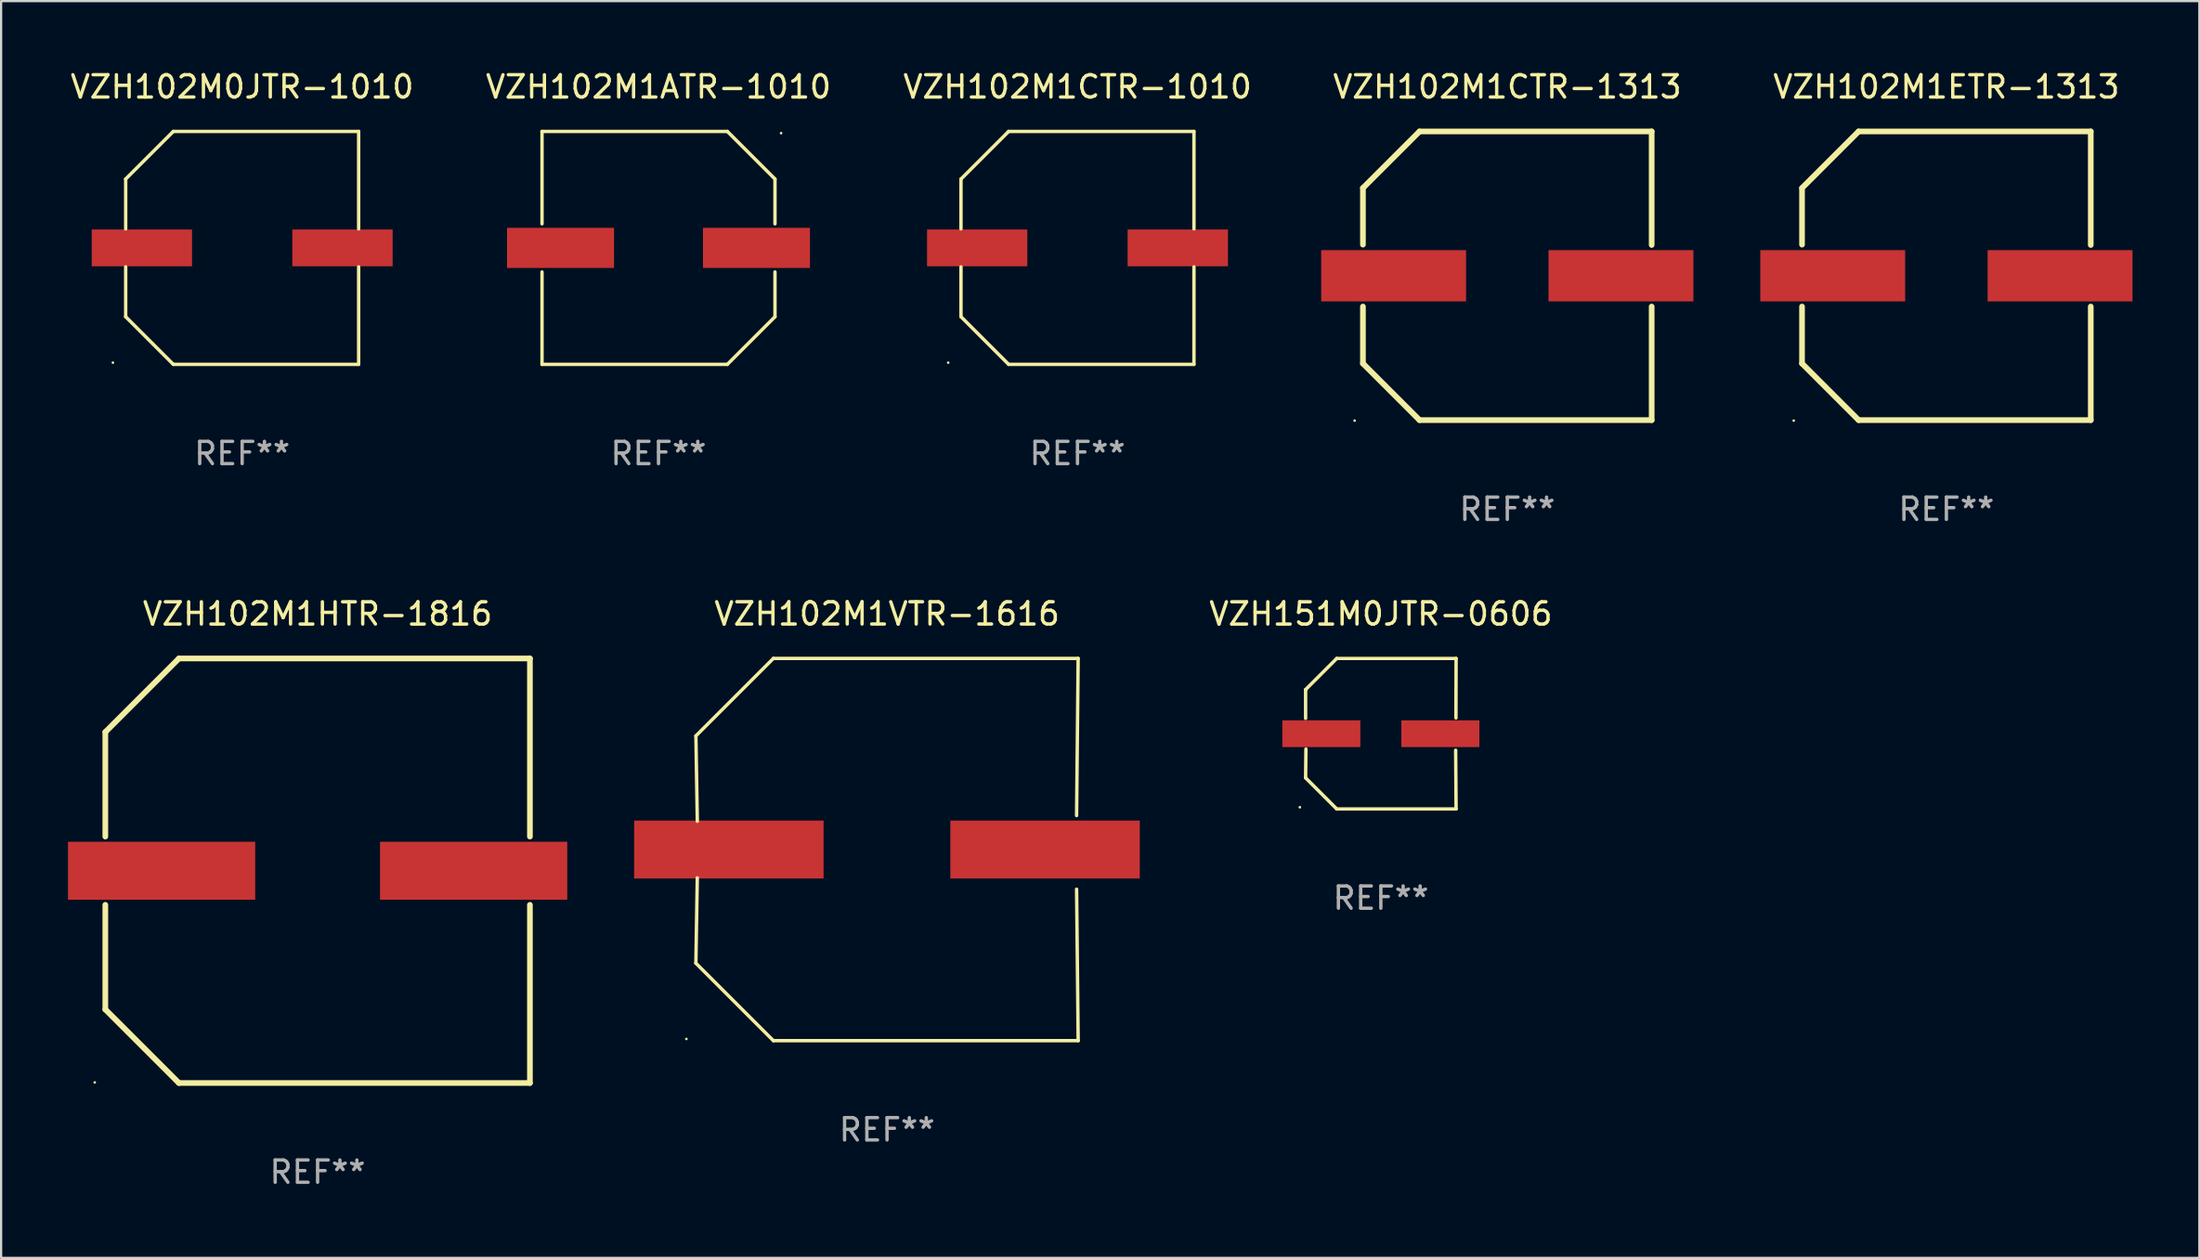
<source format=kicad_pcb>
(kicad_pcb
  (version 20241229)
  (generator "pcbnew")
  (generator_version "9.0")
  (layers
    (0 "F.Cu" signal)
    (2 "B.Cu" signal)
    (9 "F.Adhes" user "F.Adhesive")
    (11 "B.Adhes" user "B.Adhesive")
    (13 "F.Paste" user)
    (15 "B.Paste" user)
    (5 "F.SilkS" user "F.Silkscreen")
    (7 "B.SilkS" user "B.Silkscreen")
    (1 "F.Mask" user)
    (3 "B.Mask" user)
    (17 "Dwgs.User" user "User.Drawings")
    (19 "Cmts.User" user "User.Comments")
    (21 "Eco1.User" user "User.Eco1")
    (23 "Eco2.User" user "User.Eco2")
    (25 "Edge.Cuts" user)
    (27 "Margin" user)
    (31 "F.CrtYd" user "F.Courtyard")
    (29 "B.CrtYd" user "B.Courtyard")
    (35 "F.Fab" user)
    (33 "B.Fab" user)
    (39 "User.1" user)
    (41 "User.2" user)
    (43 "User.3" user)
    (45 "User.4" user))
  (footprint "VZH102M1VTR-1616"
    (layer "F.Cu")
    (at 36.747 35.074)
    (property "Reference" "VZH102M1VTR-1616" (at 0 -10.576 0) (layer "F.SilkS") (effects (font (size 1 1) (thickness 0.15))))
    (attr through_hole)
    (fp_line (start -8.576 5.099) (end -8.513 1.269) (stroke (width 0.152) (type solid)) (layer "F.SilkS"))
    (fp_line (start -8.575 -5.101) (end -8.512 -1.271) (stroke (width 0.152) (type solid)) (layer "F.SilkS"))
    (fp_line (start -5.1 -8.576) (end -8.575 -5.101) (stroke (width 0.152) (type solid)) (layer "F.SilkS"))
    (fp_line (start -5.1 8.576) (end -8.576 5.099) (stroke (width 0.152) (type solid)) (layer "F.SilkS"))
    (fp_line (start 8.505 -1.525) (end 8.575 -8.576) (stroke (width 0.152) (type solid)) (layer "F.SilkS"))
    (fp_line (start 8.505 1.777) (end 8.576 8.576) (stroke (width 0.152) (type solid)) (layer "F.SilkS"))
    (fp_line (start 8.575 -8.576) (end -5.1 -8.576) (stroke (width 0.152) (type solid)) (layer "F.SilkS"))
    (fp_line (start 8.576 8.576) (end -5.1 8.576) (stroke (width 0.152) (type solid)) (layer "F.SilkS"))
    (fp_circle (center -9.002 8.499) (end -8.972 8.499) (stroke (width 0.06) (type solid)) (fill no) (layer "F.SilkS"))
    (fp_text user "REF**" (at 0 12.576 0) (layer "F.Fab") (effects (font (size 1 1) (thickness 0.15))))
    (pad "1" smd rect (at -7.097 -0.001) (size 8.5 2.6) (layers "F.Cu" "F.Mask" "F.Paste"))
    (pad "2" smd rect (at 7.09 -0.001) (size 8.5 2.6) (layers "F.Cu" "F.Mask" "F.Paste")))
  (footprint "VZH102M1CTR-1010"
    (layer "F.Cu")
    (at 45.292 8.074)
    (property "Reference" "VZH102M1CTR-1010" (at 0 -7.226 0) (layer "F.SilkS") (effects (font (size 1 1) (thickness 0.15))))
    (attr through_hole)
    (fp_line (start -5.226 -3.09) (end -5.226 -0.852) (stroke (width 0.152) (type solid)) (layer "F.SilkS"))
    (fp_line (start -5.226 3.09) (end -5.226 0.852) (stroke (width 0.152) (type solid)) (layer "F.SilkS"))
    (fp_line (start -3.09 -5.226) (end -5.226 -3.09) (stroke (width 0.152) (type solid)) (layer "F.SilkS"))
    (fp_line (start -3.09 5.226) (end -5.226 3.09) (stroke (width 0.152) (type solid)) (layer "F.SilkS"))
    (fp_line (start 5.226 -5.226) (end -3.09 -5.226) (stroke (width 0.152) (type solid)) (layer "F.SilkS"))
    (fp_line (start 5.226 -0.852) (end 5.226 -5.226) (stroke (width 0.152) (type solid)) (layer "F.SilkS"))
    (fp_line (start 5.226 0.852) (end 5.226 5.226) (stroke (width 0.152) (type solid)) (layer "F.SilkS"))
    (fp_line (start 5.226 5.226) (end -3.09 5.226) (stroke (width 0.152) (type solid)) (layer "F.SilkS"))
    (fp_circle (center -5.8 5.15) (end -5.77 5.15) (stroke (width 0.06) (type solid)) (fill no) (layer "F.SilkS"))
    (fp_text user "REF**" (at 0 9.226 0) (layer "F.Fab") (effects (font (size 1 1) (thickness 0.15))))
    (pad "1" smd rect (at -4.5 0) (size 4.5 1.65) (layers "F.Cu" "F.Mask" "F.Paste"))
    (pad "2" smd rect (at 4.5 0) (size 4.5 1.65) (layers "F.Cu" "F.Mask" "F.Paste")))
  (footprint "VZH102M1ETR-1313"
    (layer "F.Cu")
    (at 84.276 9.325)
    (property "Reference" "VZH102M1ETR-1313" (at 0 -8.477 0) (layer "F.SilkS") (effects (font (size 1 1) (thickness 0.15))))
    (attr through_hole)
    (fp_line (start -6.477 -3.937) (end -6.477 -1.397) (stroke (width 0.254) (type solid)) (layer "F.SilkS"))
    (fp_line (start -6.477 1.381) (end -6.477 3.937) (stroke (width 0.254) (type solid)) (layer "F.SilkS"))
    (fp_line (start -6.477 3.937) (end -3.937 6.477) (stroke (width 0.254) (type solid)) (layer "F.SilkS"))
    (fp_line (start -3.937 -6.477) (end -6.477 -3.937) (stroke (width 0.254) (type solid)) (layer "F.SilkS"))
    (fp_line (start -3.937 6.477) (end 6.477 6.477) (stroke (width 0.254) (type solid)) (layer "F.SilkS"))
    (fp_line (start 6.477 -6.477) (end -3.937 -6.477) (stroke (width 0.254) (type solid)) (layer "F.SilkS"))
    (fp_line (start 6.477 -1.381) (end 6.477 -6.477) (stroke (width 0.254) (type solid)) (layer "F.SilkS"))
    (fp_line (start 6.477 6.477) (end 6.477 1.381) (stroke (width 0.254) (type solid)) (layer "F.SilkS"))
    (fp_circle (center -6.85 6.5) (end -6.82 6.5) (stroke (width 0.06) (type solid)) (fill no) (layer "F.SilkS"))
    (fp_text user "REF**" (at 0 10.477 0) (layer "F.Fab") (effects (font (size 1 1) (thickness 0.15))))
    (pad "1" smd rect (at -5.1 0) (size 6.5 2.3) (layers "F.Cu" "F.Mask" "F.Paste"))
    (pad "2" smd rect (at 5.1 0) (size 6.5 2.3) (layers "F.Cu" "F.Mask" "F.Paste")))
  (footprint "VZH102M1HTR-1816"
    (layer "F.Cu")
    (at 11.2 36.024)
    (property "Reference" "VZH102M1HTR-1816" (at 0 -11.525 0) (layer "F.SilkS") (effects (font (size 1 1) (thickness 0.15))))
    (attr through_hole)
    (fp_line (start -9.525 -6.223) (end -9.525 -1.531) (stroke (width 0.254) (type solid)) (layer "F.SilkS"))
    (fp_line (start -9.525 1.531) (end -9.525 6.223) (stroke (width 0.254) (type solid)) (layer "F.SilkS"))
    (fp_line (start -9.525 6.223) (end -6.223 9.525) (stroke (width 0.254) (type solid)) (layer "F.SilkS"))
    (fp_line (start -6.223 -9.525) (end -9.525 -6.223) (stroke (width 0.254) (type solid)) (layer "F.SilkS"))
    (fp_line (start -6.223 9.525) (end 9.525 9.525) (stroke (width 0.254) (type solid)) (layer "F.SilkS"))
    (fp_line (start 9.525 -9.525) (end -6.223 -9.525) (stroke (width 0.254) (type solid)) (layer "F.SilkS"))
    (fp_line (start 9.525 -1.531) (end 9.525 -9.525) (stroke (width 0.254) (type solid)) (layer "F.SilkS"))
    (fp_line (start 9.525 9.525) (end 9.525 1.531) (stroke (width 0.254) (type solid)) (layer "F.SilkS"))
    (fp_circle (center -10 9.5) (end -9.97 9.5) (stroke (width 0.06) (type solid)) (fill no) (layer "F.SilkS"))
    (fp_text user "REF**" (at 0 13.525 0) (layer "F.Fab") (effects (font (size 1 1) (thickness 0.15))))
    (pad "1" smd rect (at -7 0) (size 8.4 2.6) (layers "F.Cu" "F.Mask" "F.Paste"))
    (pad "2" smd rect (at 7 0) (size 8.4 2.6) (layers "F.Cu" "F.Mask" "F.Paste")))
  (footprint "VZH151M0JTR-0606"
    (layer "F.Cu")
    (at 58.903 29.875)
    (property "Reference" "VZH151M0JTR-0606" (at 0 -5.376 0) (layer "F.SilkS") (effects (font (size 1 1) (thickness 0.15))))
    (attr through_hole)
    (fp_line (start -3.376 -1.98) (end -3.376 -0.686) (stroke (width 0.152) (type solid)) (layer "F.SilkS"))
    (fp_line (start -3.376 1.981) (end -3.362 0.686) (stroke (width 0.152) (type solid)) (layer "F.SilkS"))
    (fp_line (start -1.981 3.376) (end -3.376 1.981) (stroke (width 0.152) (type solid)) (layer "F.SilkS"))
    (fp_line (start -1.98 -3.376) (end -3.376 -1.98) (stroke (width 0.152) (type solid)) (layer "F.SilkS"))
    (fp_line (start 3.356 0.74) (end 3.376 3.376) (stroke (width 0.152) (type solid)) (layer "F.SilkS"))
    (fp_line (start 3.369 -0.707) (end 3.376 -3.376) (stroke (width 0.152) (type solid)) (layer "F.SilkS"))
    (fp_line (start 3.376 3.376) (end -1.981 3.376) (stroke (width 0.152) (type solid)) (layer "F.SilkS"))
    (fp_line (start 3.376 -3.376) (end -1.98 -3.376) (stroke (width 0.152) (type solid)) (layer "F.SilkS"))
    (fp_circle (center -3.634 3.3) (end -3.604 3.3) (stroke (width 0.06) (type solid)) (fill no) (layer "F.SilkS"))
    (fp_text user "REF**" (at 0 7.376 0) (layer "F.Fab") (effects (font (size 1 1) (thickness 0.15))))
    (pad "1" smd rect (at -2.67 0.000254) (size 3.5 1.2) (layers "F.Cu" "F.Mask" "F.Paste"))
    (pad "2" smd rect (at 2.67 0.000254) (size 3.5 1.2) (layers "F.Cu" "F.Mask" "F.Paste")))
  (footprint "VZH102M1CTR-1313"
    (layer "F.Cu")
    (at 64.576 9.325)
    (property "Reference" "VZH102M1CTR-1313" (at 0 -8.477 0) (layer "F.SilkS") (effects (font (size 1 1) (thickness 0.15))))
    (attr through_hole)
    (fp_line (start -6.477 -3.937) (end -6.477 -1.397) (stroke (width 0.254) (type solid)) (layer "F.SilkS"))
    (fp_line (start -6.477 1.381) (end -6.477 3.937) (stroke (width 0.254) (type solid)) (layer "F.SilkS"))
    (fp_line (start -6.477 3.937) (end -3.937 6.477) (stroke (width 0.254) (type solid)) (layer "F.SilkS"))
    (fp_line (start -3.937 -6.477) (end -6.477 -3.937) (stroke (width 0.254) (type solid)) (layer "F.SilkS"))
    (fp_line (start -3.937 6.477) (end 6.477 6.477) (stroke (width 0.254) (type solid)) (layer "F.SilkS"))
    (fp_line (start 6.477 -6.477) (end -3.937 -6.477) (stroke (width 0.254) (type solid)) (layer "F.SilkS"))
    (fp_line (start 6.477 -1.381) (end 6.477 -6.477) (stroke (width 0.254) (type solid)) (layer "F.SilkS"))
    (fp_line (start 6.477 6.477) (end 6.477 1.381) (stroke (width 0.254) (type solid)) (layer "F.SilkS"))
    (fp_circle (center -6.85 6.5) (end -6.82 6.5) (stroke (width 0.06) (type solid)) (fill no) (layer "F.SilkS"))
    (fp_text user "REF**" (at 0 10.477 0) (layer "F.Fab") (effects (font (size 1 1) (thickness 0.15))))
    (pad "1" smd rect (at -5.1 0) (size 6.5 2.3) (layers "F.Cu" "F.Mask" "F.Paste"))
    (pad "2" smd rect (at 5.1 0) (size 6.5 2.3) (layers "F.Cu" "F.Mask" "F.Paste")))
  (footprint "VZH102M1ATR-1010"
    (layer "F.Cu")
    (at 26.494 8.074)
    (property "Reference" "VZH102M1ATR-1010" (at 0 -7.226 0) (layer "F.SilkS") (effects (font (size 1 1) (thickness 0.15))))
    (attr through_hole)
    (fp_line (start -5.226 -5.226) (end -5.226 -1.08) (stroke (width 0.152) (type solid)) (layer "F.SilkS"))
    (fp_line (start -5.226 -5.226) (end 3.09 -5.226) (stroke (width 0.152) (type solid)) (layer "F.SilkS"))
    (fp_line (start -5.226 1.08) (end -5.226 5.226) (stroke (width 0.152) (type solid)) (layer "F.SilkS"))
    (fp_line (start -5.226 5.226) (end 3.09 5.226) (stroke (width 0.152) (type solid)) (layer "F.SilkS"))
    (fp_line (start 3.09 -5.226) (end 5.226 -3.09) (stroke (width 0.152) (type solid)) (layer "F.SilkS"))
    (fp_line (start 3.09 5.226) (end 5.226 3.09) (stroke (width 0.152) (type solid)) (layer "F.SilkS"))
    (fp_line (start 5.226 -1.08) (end 5.226 -3.09) (stroke (width 0.152) (type solid)) (layer "F.SilkS"))
    (fp_line (start 5.226 3.09) (end 5.226 1.08) (stroke (width 0.152) (type solid)) (layer "F.SilkS"))
    (fp_circle (center 5.5 -5.15) (end 5.53 -5.15) (stroke (width 0.06) (type solid)) (fill no) (layer "F.SilkS"))
    (fp_text user "REF**" (at 0 9.226 0) (layer "F.Fab") (effects (font (size 1 1) (thickness 0.15))))
    (pad "1" smd rect (at 4.395 0 180) (size 4.8 1.8) (layers "F.Cu" "F.Mask" "F.Paste"))
    (pad "2" smd rect (at -4.395 0 180) (size 4.8 1.8) (layers "F.Cu" "F.Mask" "F.Paste")))
  (footprint "VZH102M0JTR-1010"
    (layer "F.Cu")
    (at 7.815 8.074)
    (property "Reference" "VZH102M0JTR-1010" (at 0 -7.226 0) (layer "F.SilkS") (effects (font (size 1 1) (thickness 0.15))))
    (attr through_hole)
    (fp_line (start -5.226 -3.09) (end -5.226 -0.852) (stroke (width 0.152) (type solid)) (layer "F.SilkS"))
    (fp_line (start -5.226 3.09) (end -5.226 0.852) (stroke (width 0.152) (type solid)) (layer "F.SilkS"))
    (fp_line (start -3.09 -5.226) (end -5.226 -3.09) (stroke (width 0.152) (type solid)) (layer "F.SilkS"))
    (fp_line (start -3.09 5.226) (end -5.226 3.09) (stroke (width 0.152) (type solid)) (layer "F.SilkS"))
    (fp_line (start 5.226 -5.226) (end -3.09 -5.226) (stroke (width 0.152) (type solid)) (layer "F.SilkS"))
    (fp_line (start 5.226 -0.852) (end 5.226 -5.226) (stroke (width 0.152) (type solid)) (layer "F.SilkS"))
    (fp_line (start 5.226 0.852) (end 5.226 5.226) (stroke (width 0.152) (type solid)) (layer "F.SilkS"))
    (fp_line (start 5.226 5.226) (end -3.09 5.226) (stroke (width 0.152) (type solid)) (layer "F.SilkS"))
    (fp_circle (center -5.8 5.15) (end -5.77 5.15) (stroke (width 0.06) (type solid)) (fill no) (layer "F.SilkS"))
    (fp_text user "REF**" (at 0 9.226 0) (layer "F.Fab") (effects (font (size 1 1) (thickness 0.15))))
    (pad "1" smd rect (at -4.5 0) (size 4.5 1.65) (layers "F.Cu" "F.Mask" "F.Paste"))
    (pad "2" smd rect (at 4.5 0) (size 4.5 1.65) (layers "F.Cu" "F.Mask" "F.Paste")))
  (gr_rect
    (start -3 -3)
    (end 95.626 53.397)
    (stroke (width 0.1) (type default))
    (fill no)
    (layer "Edge.Cuts")))
</source>
